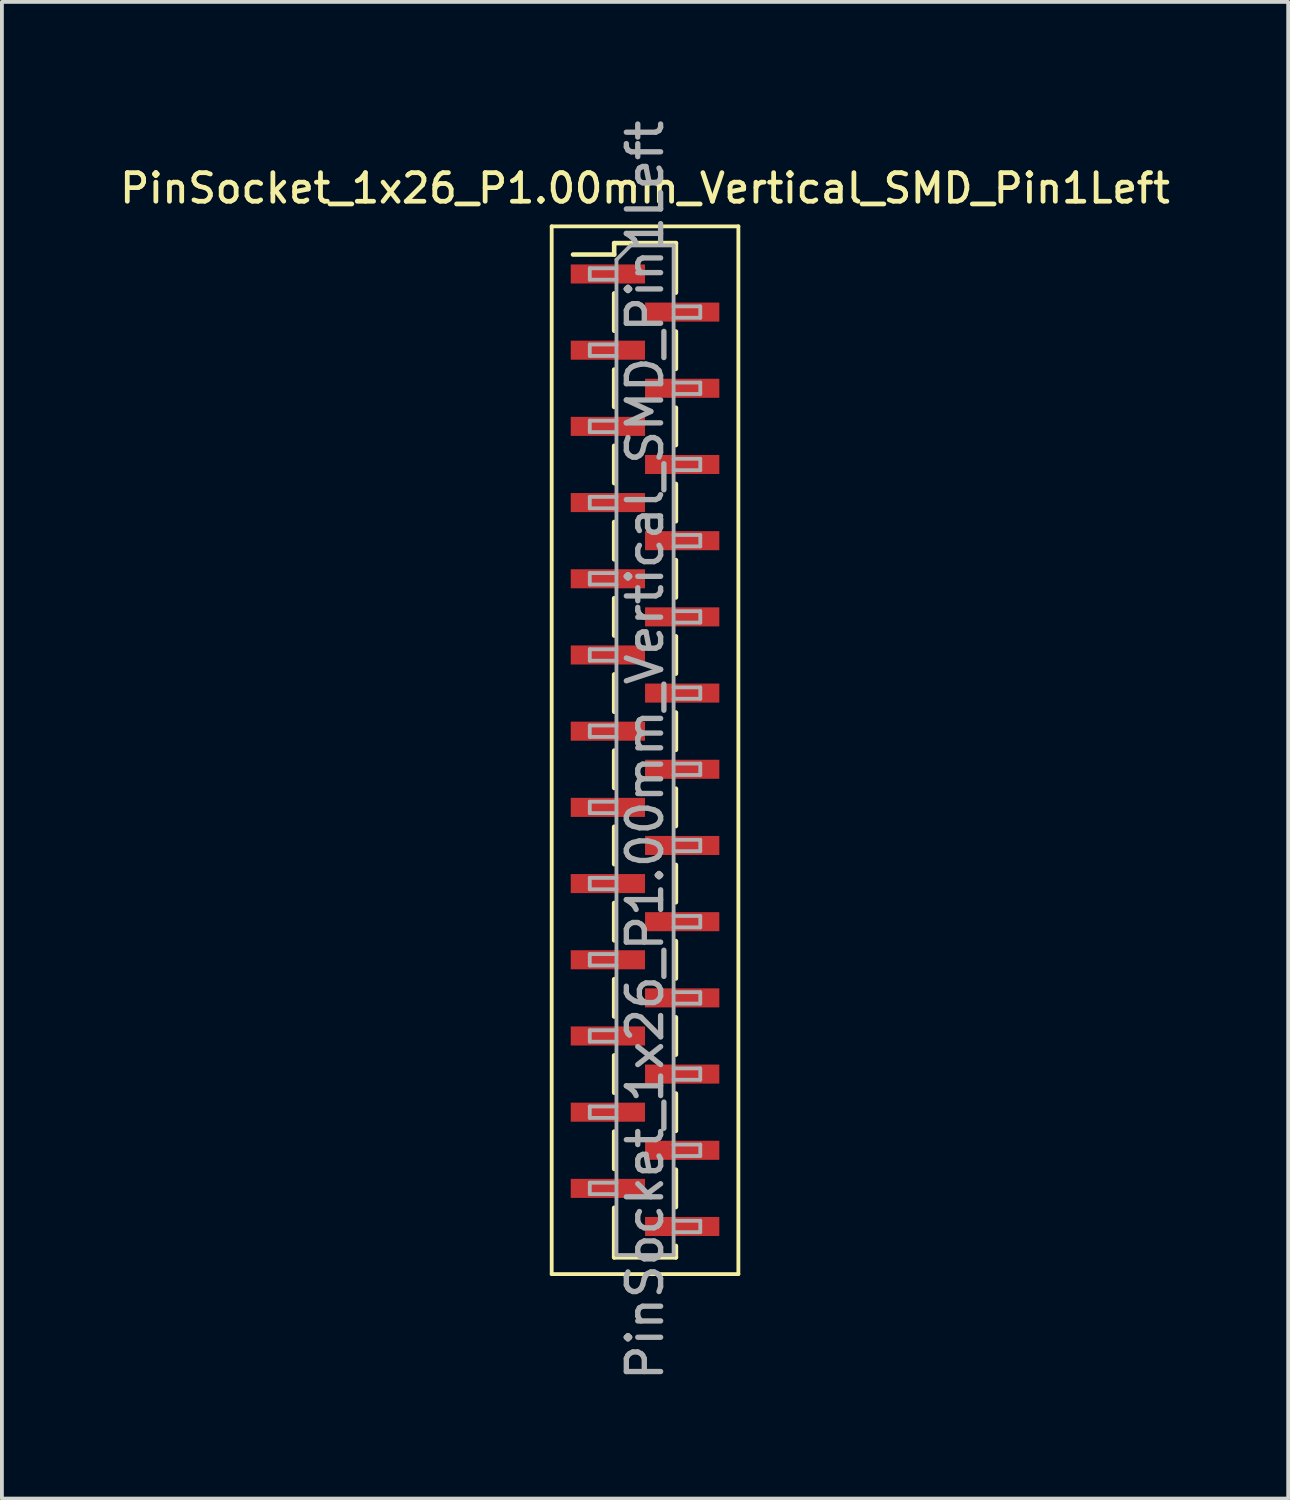
<source format=kicad_pcb>
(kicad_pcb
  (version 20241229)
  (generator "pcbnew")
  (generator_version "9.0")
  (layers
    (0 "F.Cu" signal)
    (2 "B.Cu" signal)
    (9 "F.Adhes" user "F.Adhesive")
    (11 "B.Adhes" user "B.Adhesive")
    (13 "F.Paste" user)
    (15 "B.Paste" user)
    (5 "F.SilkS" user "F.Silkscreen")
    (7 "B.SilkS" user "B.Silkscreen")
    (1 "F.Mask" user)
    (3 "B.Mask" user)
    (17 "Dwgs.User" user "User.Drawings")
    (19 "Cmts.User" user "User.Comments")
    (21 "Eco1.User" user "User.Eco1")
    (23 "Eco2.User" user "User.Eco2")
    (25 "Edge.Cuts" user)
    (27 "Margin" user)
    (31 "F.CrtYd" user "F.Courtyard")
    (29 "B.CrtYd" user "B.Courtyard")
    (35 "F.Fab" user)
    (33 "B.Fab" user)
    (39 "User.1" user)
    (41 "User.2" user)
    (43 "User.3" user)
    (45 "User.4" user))
  (footprint "PinSocket_1x26_P1.00mm_Vertical_SMD_Pin1Left"
    (layer "F.Cu")
    (at 13.88 16.641)
    (property "Reference" "PinSocket_1x26_P1.00mm_Vertical_SMD_Pin1Left" (at 0 -14.75 0) (layer "F.SilkS") (effects (font (size 0.75 0.75) (thickness 0.125))))
    (attr smd)
    (fp_line (start -2.45 -13.75) (end 2.45 -13.75) (stroke (width 0.1) (type solid)) (layer "F.SilkS"))
    (fp_line (start -2.45 13.75) (end -2.45 -13.75) (stroke (width 0.1) (type solid)) (layer "F.SilkS"))
    (fp_line (start -1.89 -13.01) (end -0.81 -13.01) (stroke (width 0.12) (type solid)) (layer "F.SilkS"))
    (fp_line (start -0.81 -13.31) (end -0.81 -13.01) (stroke (width 0.12) (type solid)) (layer "F.SilkS"))
    (fp_line (start -0.81 -13.31) (end 0.81 -13.31) (stroke (width 0.12) (type solid)) (layer "F.SilkS"))
    (fp_line (start -0.81 -11.99) (end -0.81 -11.01) (stroke (width 0.12) (type solid)) (layer "F.SilkS"))
    (fp_line (start -0.81 -9.99) (end -0.81 -9.01) (stroke (width 0.12) (type solid)) (layer "F.SilkS"))
    (fp_line (start -0.81 -7.99) (end -0.81 -7.01) (stroke (width 0.12) (type solid)) (layer "F.SilkS"))
    (fp_line (start -0.81 -5.99) (end -0.81 -5.01) (stroke (width 0.12) (type solid)) (layer "F.SilkS"))
    (fp_line (start -0.81 -3.99) (end -0.81 -3.01) (stroke (width 0.12) (type solid)) (layer "F.SilkS"))
    (fp_line (start -0.81 -1.99) (end -0.81 -1.01) (stroke (width 0.12) (type solid)) (layer "F.SilkS"))
    (fp_line (start -0.81 0.01) (end -0.81 0.99) (stroke (width 0.12) (type solid)) (layer "F.SilkS"))
    (fp_line (start -0.81 2.01) (end -0.81 2.99) (stroke (width 0.12) (type solid)) (layer "F.SilkS"))
    (fp_line (start -0.81 4.01) (end -0.81 4.99) (stroke (width 0.12) (type solid)) (layer "F.SilkS"))
    (fp_line (start -0.81 6.01) (end -0.81 6.99) (stroke (width 0.12) (type solid)) (layer "F.SilkS"))
    (fp_line (start -0.81 8.01) (end -0.81 8.99) (stroke (width 0.12) (type solid)) (layer "F.SilkS"))
    (fp_line (start -0.81 10.01) (end -0.81 10.99) (stroke (width 0.12) (type solid)) (layer "F.SilkS"))
    (fp_line (start -0.81 12.01) (end -0.81 13.31) (stroke (width 0.12) (type solid)) (layer "F.SilkS"))
    (fp_line (start -0.81 13.31) (end 0.81 13.31) (stroke (width 0.12) (type solid)) (layer "F.SilkS"))
    (fp_line (start 0.81 -13.31) (end 0.81 -12.01) (stroke (width 0.12) (type solid)) (layer "F.SilkS"))
    (fp_line (start 0.81 -10.99) (end 0.81 -10.01) (stroke (width 0.12) (type solid)) (layer "F.SilkS"))
    (fp_line (start 0.81 -8.99) (end 0.81 -8.01) (stroke (width 0.12) (type solid)) (layer "F.SilkS"))
    (fp_line (start 0.81 -6.99) (end 0.81 -6.01) (stroke (width 0.12) (type solid)) (layer "F.SilkS"))
    (fp_line (start 0.81 -4.99) (end 0.81 -4.01) (stroke (width 0.12) (type solid)) (layer "F.SilkS"))
    (fp_line (start 0.81 -2.99) (end 0.81 -2.01) (stroke (width 0.12) (type solid)) (layer "F.SilkS"))
    (fp_line (start 0.81 -0.99) (end 0.81 -0.01) (stroke (width 0.12) (type solid)) (layer "F.SilkS"))
    (fp_line (start 0.81 1.01) (end 0.81 1.99) (stroke (width 0.12) (type solid)) (layer "F.SilkS"))
    (fp_line (start 0.81 3.01) (end 0.81 3.99) (stroke (width 0.12) (type solid)) (layer "F.SilkS"))
    (fp_line (start 0.81 5.01) (end 0.81 5.99) (stroke (width 0.12) (type solid)) (layer "F.SilkS"))
    (fp_line (start 0.81 7.01) (end 0.81 7.99) (stroke (width 0.12) (type solid)) (layer "F.SilkS"))
    (fp_line (start 0.81 9.01) (end 0.81 9.99) (stroke (width 0.12) (type solid)) (layer "F.SilkS"))
    (fp_line (start 0.81 11.01) (end 0.81 11.99) (stroke (width 0.12) (type solid)) (layer "F.SilkS"))
    (fp_line (start 0.81 13.01) (end 0.81 13.31) (stroke (width 0.12) (type solid)) (layer "F.SilkS"))
    (fp_line (start 2.45 -13.75) (end 2.45 13.75) (stroke (width 0.1) (type solid)) (layer "F.SilkS"))
    (fp_line (start 2.45 13.75) (end -2.45 13.75) (stroke (width 0.1) (type solid)) (layer "F.SilkS"))
    (fp_line (start -1.45 -12.65) (end -0.75 -12.65) (stroke (width 0.1) (type solid)) (layer "F.Fab"))
    (fp_line (start -1.45 -12.35) (end -1.45 -12.65) (stroke (width 0.1) (type solid)) (layer "F.Fab"))
    (fp_line (start -1.45 -10.65) (end -0.75 -10.65) (stroke (width 0.1) (type solid)) (layer "F.Fab"))
    (fp_line (start -1.45 -10.35) (end -1.45 -10.65) (stroke (width 0.1) (type solid)) (layer "F.Fab"))
    (fp_line (start -1.45 -8.65) (end -0.75 -8.65) (stroke (width 0.1) (type solid)) (layer "F.Fab"))
    (fp_line (start -1.45 -8.35) (end -1.45 -8.65) (stroke (width 0.1) (type solid)) (layer "F.Fab"))
    (fp_line (start -1.45 -6.65) (end -0.75 -6.65) (stroke (width 0.1) (type solid)) (layer "F.Fab"))
    (fp_line (start -1.45 -6.35) (end -1.45 -6.65) (stroke (width 0.1) (type solid)) (layer "F.Fab"))
    (fp_line (start -1.45 -4.65) (end -0.75 -4.65) (stroke (width 0.1) (type solid)) (layer "F.Fab"))
    (fp_line (start -1.45 -4.35) (end -1.45 -4.65) (stroke (width 0.1) (type solid)) (layer "F.Fab"))
    (fp_line (start -1.45 -2.65) (end -0.75 -2.65) (stroke (width 0.1) (type solid)) (layer "F.Fab"))
    (fp_line (start -1.45 -2.35) (end -1.45 -2.65) (stroke (width 0.1) (type solid)) (layer "F.Fab"))
    (fp_line (start -1.45 -0.65) (end -0.75 -0.65) (stroke (width 0.1) (type solid)) (layer "F.Fab"))
    (fp_line (start -1.45 -0.35) (end -1.45 -0.65) (stroke (width 0.1) (type solid)) (layer "F.Fab"))
    (fp_line (start -1.45 1.35) (end -0.75 1.35) (stroke (width 0.1) (type solid)) (layer "F.Fab"))
    (fp_line (start -1.45 1.65) (end -1.45 1.35) (stroke (width 0.1) (type solid)) (layer "F.Fab"))
    (fp_line (start -1.45 3.35) (end -0.75 3.35) (stroke (width 0.1) (type solid)) (layer "F.Fab"))
    (fp_line (start -1.45 3.65) (end -1.45 3.35) (stroke (width 0.1) (type solid)) (layer "F.Fab"))
    (fp_line (start -1.45 5.35) (end -0.75 5.35) (stroke (width 0.1) (type solid)) (layer "F.Fab"))
    (fp_line (start -1.45 5.65) (end -1.45 5.35) (stroke (width 0.1) (type solid)) (layer "F.Fab"))
    (fp_line (start -1.45 7.35) (end -0.75 7.35) (stroke (width 0.1) (type solid)) (layer "F.Fab"))
    (fp_line (start -1.45 7.65) (end -1.45 7.35) (stroke (width 0.1) (type solid)) (layer "F.Fab"))
    (fp_line (start -1.45 9.35) (end -0.75 9.35) (stroke (width 0.1) (type solid)) (layer "F.Fab"))
    (fp_line (start -1.45 9.65) (end -1.45 9.35) (stroke (width 0.1) (type solid)) (layer "F.Fab"))
    (fp_line (start -1.45 11.35) (end -0.75 11.35) (stroke (width 0.1) (type solid)) (layer "F.Fab"))
    (fp_line (start -1.45 11.65) (end -1.45 11.35) (stroke (width 0.1) (type solid)) (layer "F.Fab"))
    (fp_line (start -0.75 -12.875) (end -0.375 -13.25) (stroke (width 0.1) (type solid)) (layer "F.Fab"))
    (fp_line (start -0.75 -12.35) (end -1.45 -12.35) (stroke (width 0.1) (type solid)) (layer "F.Fab"))
    (fp_line (start -0.75 -10.35) (end -1.45 -10.35) (stroke (width 0.1) (type solid)) (layer "F.Fab"))
    (fp_line (start -0.75 -8.35) (end -1.45 -8.35) (stroke (width 0.1) (type solid)) (layer "F.Fab"))
    (fp_line (start -0.75 -6.35) (end -1.45 -6.35) (stroke (width 0.1) (type solid)) (layer "F.Fab"))
    (fp_line (start -0.75 -4.35) (end -1.45 -4.35) (stroke (width 0.1) (type solid)) (layer "F.Fab"))
    (fp_line (start -0.75 -2.35) (end -1.45 -2.35) (stroke (width 0.1) (type solid)) (layer "F.Fab"))
    (fp_line (start -0.75 -0.35) (end -1.45 -0.35) (stroke (width 0.1) (type solid)) (layer "F.Fab"))
    (fp_line (start -0.75 1.65) (end -1.45 1.65) (stroke (width 0.1) (type solid)) (layer "F.Fab"))
    (fp_line (start -0.75 3.65) (end -1.45 3.65) (stroke (width 0.1) (type solid)) (layer "F.Fab"))
    (fp_line (start -0.75 5.65) (end -1.45 5.65) (stroke (width 0.1) (type solid)) (layer "F.Fab"))
    (fp_line (start -0.75 7.65) (end -1.45 7.65) (stroke (width 0.1) (type solid)) (layer "F.Fab"))
    (fp_line (start -0.75 9.65) (end -1.45 9.65) (stroke (width 0.1) (type solid)) (layer "F.Fab"))
    (fp_line (start -0.75 11.65) (end -1.45 11.65) (stroke (width 0.1) (type solid)) (layer "F.Fab"))
    (fp_line (start -0.75 13.25) (end -0.75 -12.875) (stroke (width 0.1) (type solid)) (layer "F.Fab"))
    (fp_line (start -0.375 -13.25) (end 0.75 -13.25) (stroke (width 0.1) (type solid)) (layer "F.Fab"))
    (fp_line (start 0.75 -13.25) (end 0.75 13.25) (stroke (width 0.1) (type solid)) (layer "F.Fab"))
    (fp_line (start 0.75 -11.65) (end 1.45 -11.65) (stroke (width 0.1) (type solid)) (layer "F.Fab"))
    (fp_line (start 0.75 -9.65) (end 1.45 -9.65) (stroke (width 0.1) (type solid)) (layer "F.Fab"))
    (fp_line (start 0.75 -7.65) (end 1.45 -7.65) (stroke (width 0.1) (type solid)) (layer "F.Fab"))
    (fp_line (start 0.75 -5.65) (end 1.45 -5.65) (stroke (width 0.1) (type solid)) (layer "F.Fab"))
    (fp_line (start 0.75 -3.65) (end 1.45 -3.65) (stroke (width 0.1) (type solid)) (layer "F.Fab"))
    (fp_line (start 0.75 -1.65) (end 1.45 -1.65) (stroke (width 0.1) (type solid)) (layer "F.Fab"))
    (fp_line (start 0.75 0.35) (end 1.45 0.35) (stroke (width 0.1) (type solid)) (layer "F.Fab"))
    (fp_line (start 0.75 2.35) (end 1.45 2.35) (stroke (width 0.1) (type solid)) (layer "F.Fab"))
    (fp_line (start 0.75 4.35) (end 1.45 4.35) (stroke (width 0.1) (type solid)) (layer "F.Fab"))
    (fp_line (start 0.75 6.35) (end 1.45 6.35) (stroke (width 0.1) (type solid)) (layer "F.Fab"))
    (fp_line (start 0.75 8.35) (end 1.45 8.35) (stroke (width 0.1) (type solid)) (layer "F.Fab"))
    (fp_line (start 0.75 10.35) (end 1.45 10.35) (stroke (width 0.1) (type solid)) (layer "F.Fab"))
    (fp_line (start 0.75 12.35) (end 1.45 12.35) (stroke (width 0.1) (type solid)) (layer "F.Fab"))
    (fp_line (start 0.75 13.25) (end -0.75 13.25) (stroke (width 0.1) (type solid)) (layer "F.Fab"))
    (fp_line (start 1.45 -11.65) (end 1.45 -11.35) (stroke (width 0.1) (type solid)) (layer "F.Fab"))
    (fp_line (start 1.45 -11.35) (end 0.75 -11.35) (stroke (width 0.1) (type solid)) (layer "F.Fab"))
    (fp_line (start 1.45 -9.65) (end 1.45 -9.35) (stroke (width 0.1) (type solid)) (layer "F.Fab"))
    (fp_line (start 1.45 -9.35) (end 0.75 -9.35) (stroke (width 0.1) (type solid)) (layer "F.Fab"))
    (fp_line (start 1.45 -7.65) (end 1.45 -7.35) (stroke (width 0.1) (type solid)) (layer "F.Fab"))
    (fp_line (start 1.45 -7.35) (end 0.75 -7.35) (stroke (width 0.1) (type solid)) (layer "F.Fab"))
    (fp_line (start 1.45 -5.65) (end 1.45 -5.35) (stroke (width 0.1) (type solid)) (layer "F.Fab"))
    (fp_line (start 1.45 -5.35) (end 0.75 -5.35) (stroke (width 0.1) (type solid)) (layer "F.Fab"))
    (fp_line (start 1.45 -3.65) (end 1.45 -3.35) (stroke (width 0.1) (type solid)) (layer "F.Fab"))
    (fp_line (start 1.45 -3.35) (end 0.75 -3.35) (stroke (width 0.1) (type solid)) (layer "F.Fab"))
    (fp_line (start 1.45 -1.65) (end 1.45 -1.35) (stroke (width 0.1) (type solid)) (layer "F.Fab"))
    (fp_line (start 1.45 -1.35) (end 0.75 -1.35) (stroke (width 0.1) (type solid)) (layer "F.Fab"))
    (fp_line (start 1.45 0.35) (end 1.45 0.65) (stroke (width 0.1) (type solid)) (layer "F.Fab"))
    (fp_line (start 1.45 0.65) (end 0.75 0.65) (stroke (width 0.1) (type solid)) (layer "F.Fab"))
    (fp_line (start 1.45 2.35) (end 1.45 2.65) (stroke (width 0.1) (type solid)) (layer "F.Fab"))
    (fp_line (start 1.45 2.65) (end 0.75 2.65) (stroke (width 0.1) (type solid)) (layer "F.Fab"))
    (fp_line (start 1.45 4.35) (end 1.45 4.65) (stroke (width 0.1) (type solid)) (layer "F.Fab"))
    (fp_line (start 1.45 4.65) (end 0.75 4.65) (stroke (width 0.1) (type solid)) (layer "F.Fab"))
    (fp_line (start 1.45 6.35) (end 1.45 6.65) (stroke (width 0.1) (type solid)) (layer "F.Fab"))
    (fp_line (start 1.45 6.65) (end 0.75 6.65) (stroke (width 0.1) (type solid)) (layer "F.Fab"))
    (fp_line (start 1.45 8.35) (end 1.45 8.65) (stroke (width 0.1) (type solid)) (layer "F.Fab"))
    (fp_line (start 1.45 8.65) (end 0.75 8.65) (stroke (width 0.1) (type solid)) (layer "F.Fab"))
    (fp_line (start 1.45 10.35) (end 1.45 10.65) (stroke (width 0.1) (type solid)) (layer "F.Fab"))
    (fp_line (start 1.45 10.65) (end 0.75 10.65) (stroke (width 0.1) (type solid)) (layer "F.Fab"))
    (fp_line (start 1.45 12.35) (end 1.45 12.65) (stroke (width 0.1) (type solid)) (layer "F.Fab"))
    (fp_line (start 1.45 12.65) (end 0.75 12.65) (stroke (width 0.1) (type solid)) (layer "F.Fab"))
    (fp_text user "${REFERENCE}" (at 0 0 90) (layer "F.Fab") (effects (font (size 0.9 0.9) (thickness 0.14))))
    (pad "1" smd rect (at -0.975 -12.5) (size 1.95 0.5) (layers "F.Cu" "F.Mask" "F.Paste"))
    (pad "2" smd rect (at 0.975 -11.5) (size 1.95 0.5) (layers "F.Cu" "F.Mask" "F.Paste"))
    (pad "3" smd rect (at -0.975 -10.5) (size 1.95 0.5) (layers "F.Cu" "F.Mask" "F.Paste"))
    (pad "4" smd rect (at 0.975 -9.5) (size 1.95 0.5) (layers "F.Cu" "F.Mask" "F.Paste"))
    (pad "5" smd rect (at -0.975 -8.5) (size 1.95 0.5) (layers "F.Cu" "F.Mask" "F.Paste"))
    (pad "6" smd rect (at 0.975 -7.5) (size 1.95 0.5) (layers "F.Cu" "F.Mask" "F.Paste"))
    (pad "7" smd rect (at -0.975 -6.5) (size 1.95 0.5) (layers "F.Cu" "F.Mask" "F.Paste"))
    (pad "8" smd rect (at 0.975 -5.5) (size 1.95 0.5) (layers "F.Cu" "F.Mask" "F.Paste"))
    (pad "9" smd rect (at -0.975 -4.5) (size 1.95 0.5) (layers "F.Cu" "F.Mask" "F.Paste"))
    (pad "10" smd rect (at 0.975 -3.5) (size 1.95 0.5) (layers "F.Cu" "F.Mask" "F.Paste"))
    (pad "11" smd rect (at -0.975 -2.5) (size 1.95 0.5) (layers "F.Cu" "F.Mask" "F.Paste"))
    (pad "12" smd rect (at 0.975 -1.5) (size 1.95 0.5) (layers "F.Cu" "F.Mask" "F.Paste"))
    (pad "13" smd rect (at -0.975 -0.5) (size 1.95 0.5) (layers "F.Cu" "F.Mask" "F.Paste"))
    (pad "14" smd rect (at 0.975 0.5) (size 1.95 0.5) (layers "F.Cu" "F.Mask" "F.Paste"))
    (pad "15" smd rect (at -0.975 1.5) (size 1.95 0.5) (layers "F.Cu" "F.Mask" "F.Paste"))
    (pad "16" smd rect (at 0.975 2.5) (size 1.95 0.5) (layers "F.Cu" "F.Mask" "F.Paste"))
    (pad "17" smd rect (at -0.975 3.5) (size 1.95 0.5) (layers "F.Cu" "F.Mask" "F.Paste"))
    (pad "18" smd rect (at 0.975 4.5) (size 1.95 0.5) (layers "F.Cu" "F.Mask" "F.Paste"))
    (pad "19" smd rect (at -0.975 5.5) (size 1.95 0.5) (layers "F.Cu" "F.Mask" "F.Paste"))
    (pad "20" smd rect (at 0.975 6.5) (size 1.95 0.5) (layers "F.Cu" "F.Mask" "F.Paste"))
    (pad "21" smd rect (at -0.975 7.5) (size 1.95 0.5) (layers "F.Cu" "F.Mask" "F.Paste"))
    (pad "22" smd rect (at 0.975 8.5) (size 1.95 0.5) (layers "F.Cu" "F.Mask" "F.Paste"))
    (pad "23" smd rect (at -0.975 9.5) (size 1.95 0.5) (layers "F.Cu" "F.Mask" "F.Paste"))
    (pad "24" smd rect (at 0.975 10.5) (size 1.95 0.5) (layers "F.Cu" "F.Mask" "F.Paste"))
    (pad "25" smd rect (at -0.975 11.5) (size 1.95 0.5) (layers "F.Cu" "F.Mask" "F.Paste"))
    (pad "26" smd rect (at 0.975 12.5) (size 1.95 0.5) (layers "F.Cu" "F.Mask" "F.Paste")))
  (gr_rect
    (start -3 -3)
    (end 30.761 36.283)
    (stroke (width 0.1) (type default))
    (fill no)
    (layer "Edge.Cuts")))
</source>
